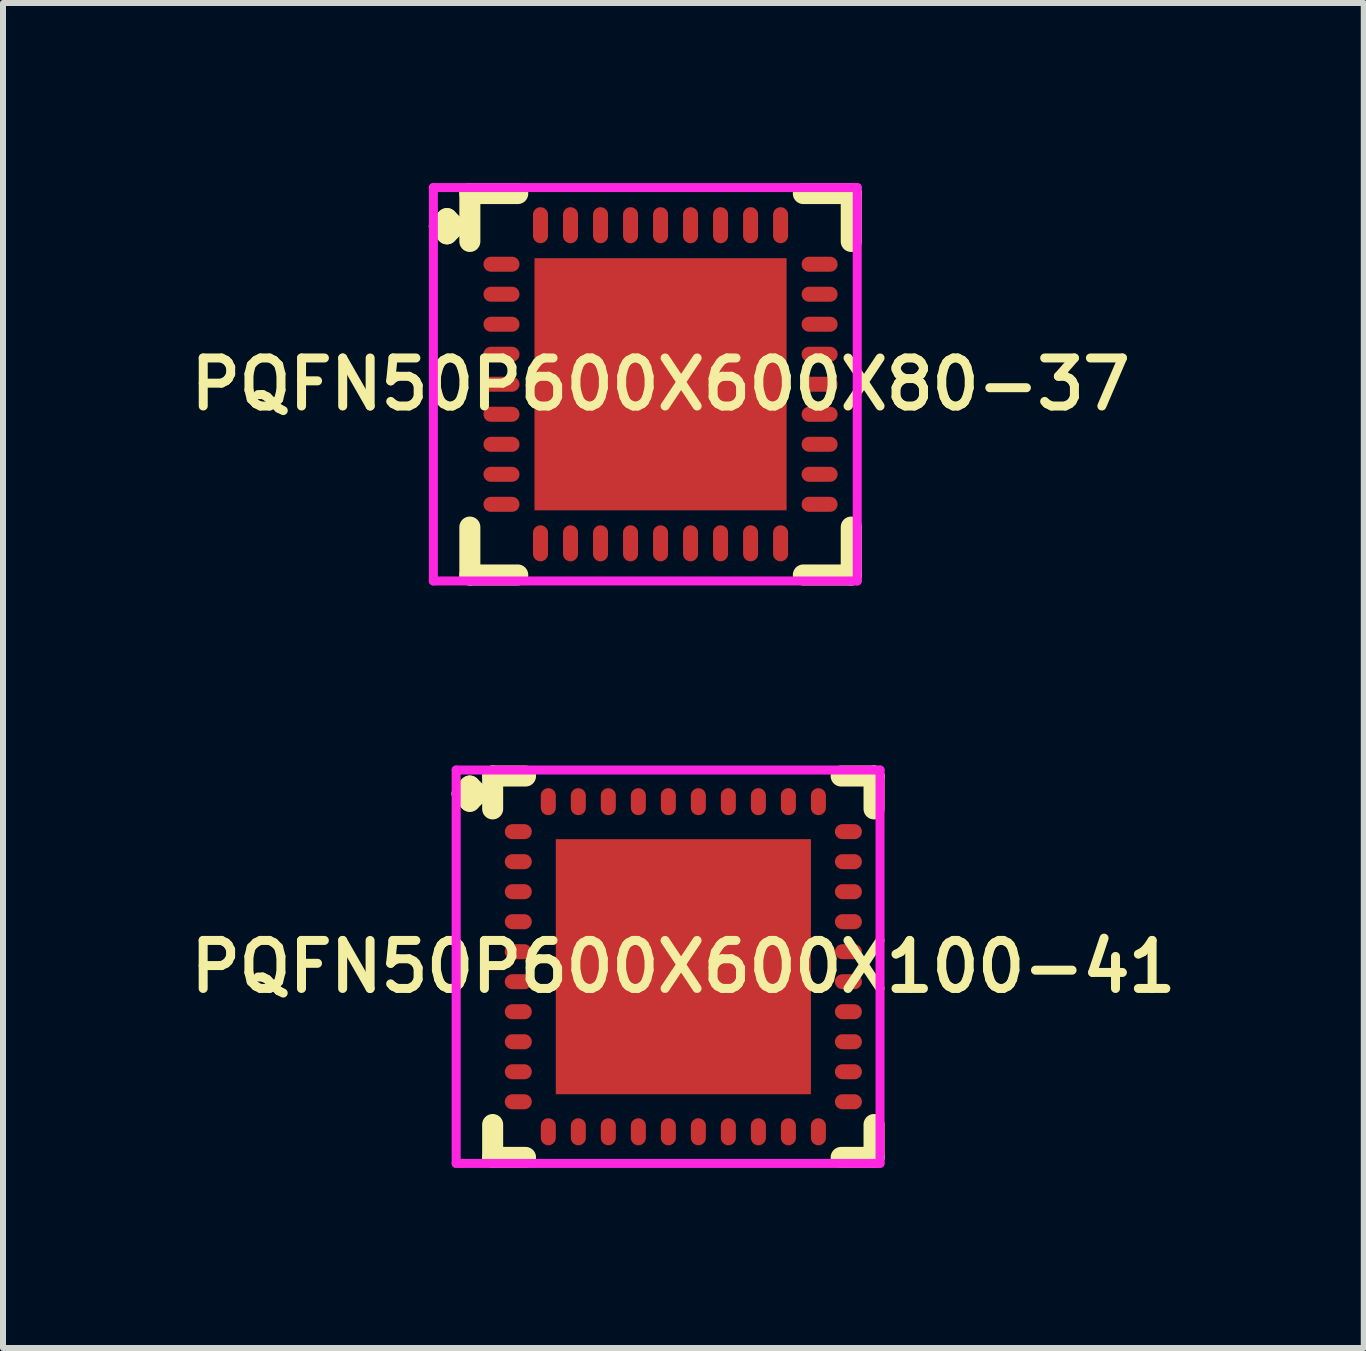
<source format=kicad_pcb>
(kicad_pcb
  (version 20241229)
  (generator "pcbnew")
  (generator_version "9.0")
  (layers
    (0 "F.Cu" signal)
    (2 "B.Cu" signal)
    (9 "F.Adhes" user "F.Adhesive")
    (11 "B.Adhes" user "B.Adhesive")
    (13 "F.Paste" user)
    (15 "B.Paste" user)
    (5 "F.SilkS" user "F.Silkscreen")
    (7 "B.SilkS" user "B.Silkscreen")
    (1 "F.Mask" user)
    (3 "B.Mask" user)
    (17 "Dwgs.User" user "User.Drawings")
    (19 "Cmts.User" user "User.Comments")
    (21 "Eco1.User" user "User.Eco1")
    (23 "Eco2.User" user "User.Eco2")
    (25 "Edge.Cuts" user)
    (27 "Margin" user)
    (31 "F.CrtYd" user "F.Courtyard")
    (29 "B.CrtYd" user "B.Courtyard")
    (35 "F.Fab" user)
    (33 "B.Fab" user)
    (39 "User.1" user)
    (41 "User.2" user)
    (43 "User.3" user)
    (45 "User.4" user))
  (footprint "PQFN50P600X600X80-37"
    (layer "F.Cu")
    (at 7.955 3.352)
    (property "Reference" "PQFN50P600X600X80-37" (at 0 0 0) (layer "F.SilkS") (effects (font (size 0.8 0.8) (thickness 0.15))))
    (attr smd)
    (fp_line (start -3.685 -2.633) (end -3.558 -2.76) (stroke (width 0.35) (type solid)) (layer "F.SilkS"))
    (fp_line (start -3.558 -2.76) (end -3.431 -2.633) (stroke (width 0.35) (type solid)) (layer "F.SilkS"))
    (fp_line (start -3.558 -2.506) (end -3.685 -2.633) (stroke (width 0.35) (type solid)) (layer "F.SilkS"))
    (fp_line (start -3.431 -2.633) (end -3.558 -2.506) (stroke (width 0.35) (type solid)) (layer "F.SilkS"))
    (fp_line (start -3.177 -3.177) (end -2.379 -3.177) (stroke (width 0.35) (type solid)) (layer "F.SilkS"))
    (fp_line (start -3.177 -2.379) (end -3.177 -3.177) (stroke (width 0.35) (type solid)) (layer "F.SilkS"))
    (fp_line (start -3.177 2.379) (end -3.177 3.177) (stroke (width 0.35) (type solid)) (layer "F.SilkS"))
    (fp_line (start -3.177 3.177) (end -2.379 3.177) (stroke (width 0.35) (type solid)) (layer "F.SilkS"))
    (fp_line (start 2.379 -3.177) (end 3.177 -3.177) (stroke (width 0.35) (type solid)) (layer "F.SilkS"))
    (fp_line (start 2.379 3.177) (end 3.177 3.177) (stroke (width 0.35) (type solid)) (layer "F.SilkS"))
    (fp_line (start 3.177 -3.177) (end 3.177 -2.379) (stroke (width 0.35) (type solid)) (layer "F.SilkS"))
    (fp_line (start 3.177 3.177) (end 3.177 2.379) (stroke (width 0.35) (type solid)) (layer "F.SilkS"))
    (fp_line (start -3.785 -3.277) (end 3.277 -3.277) (stroke (width 0.15) (type solid)) (layer "F.CrtYd"))
    (fp_line (start -3.785 3.277) (end -3.785 -3.277) (stroke (width 0.15) (type solid)) (layer "F.CrtYd"))
    (fp_line (start 3.277 -3.277) (end 3.277 3.277) (stroke (width 0.15) (type solid)) (layer "F.CrtYd"))
    (fp_line (start 3.277 3.277) (end -3.785 3.277) (stroke (width 0.15) (type solid)) (layer "F.CrtYd"))
    (pad "1" smd oval (at -2.65 -2) (size 0.6 0.25) (layers "F.Cu" "F.Mask" "F.Paste"))
    (pad "2" smd oval (at -2.65 -1.5) (size 0.6 0.25) (layers "F.Cu" "F.Mask" "F.Paste"))
    (pad "3" smd oval (at -2.65 -1) (size 0.6 0.25) (layers "F.Cu" "F.Mask" "F.Paste"))
    (pad "4" smd oval (at -2.65 -0.5) (size 0.6 0.25) (layers "F.Cu" "F.Mask" "F.Paste"))
    (pad "5" smd oval (at -2.65 0) (size 0.6 0.25) (layers "F.Cu" "F.Mask" "F.Paste"))
    (pad "6" smd oval (at -2.65 0.5) (size 0.6 0.25) (layers "F.Cu" "F.Mask" "F.Paste"))
    (pad "7" smd oval (at -2.65 1) (size 0.6 0.25) (layers "F.Cu" "F.Mask" "F.Paste"))
    (pad "8" smd oval (at -2.65 1.5) (size 0.6 0.25) (layers "F.Cu" "F.Mask" "F.Paste"))
    (pad "9" smd oval (at -2.65 2) (size 0.6 0.25) (layers "F.Cu" "F.Mask" "F.Paste"))
    (pad "10" smd oval (at -2 2.65) (size 0.25 0.6) (layers "F.Cu" "F.Mask" "F.Paste"))
    (pad "11" smd oval (at -1.5 2.65) (size 0.25 0.6) (layers "F.Cu" "F.Mask" "F.Paste"))
    (pad "12" smd oval (at -1 2.65) (size 0.25 0.6) (layers "F.Cu" "F.Mask" "F.Paste"))
    (pad "13" smd oval (at -0.5 2.65) (size 0.25 0.6) (layers "F.Cu" "F.Mask" "F.Paste"))
    (pad "14" smd oval (at 0 2.65) (size 0.25 0.6) (layers "F.Cu" "F.Mask" "F.Paste"))
    (pad "15" smd oval (at 0.5 2.65) (size 0.25 0.6) (layers "F.Cu" "F.Mask" "F.Paste"))
    (pad "16" smd oval (at 1 2.65) (size 0.25 0.6) (layers "F.Cu" "F.Mask" "F.Paste"))
    (pad "17" smd oval (at 1.5 2.65) (size 0.25 0.6) (layers "F.Cu" "F.Mask" "F.Paste"))
    (pad "18" smd oval (at 2 2.65) (size 0.25 0.6) (layers "F.Cu" "F.Mask" "F.Paste"))
    (pad "19" smd oval (at 2.65 2) (size 0.6 0.25) (layers "F.Cu" "F.Mask" "F.Paste"))
    (pad "20" smd oval (at 2.65 1.5) (size 0.6 0.25) (layers "F.Cu" "F.Mask" "F.Paste"))
    (pad "21" smd oval (at 2.65 1) (size 0.6 0.25) (layers "F.Cu" "F.Mask" "F.Paste"))
    (pad "22" smd oval (at 2.65 0.5) (size 0.6 0.25) (layers "F.Cu" "F.Mask" "F.Paste"))
    (pad "23" smd oval (at 2.65 0) (size 0.6 0.25) (layers "F.Cu" "F.Mask" "F.Paste"))
    (pad "24" smd oval (at 2.65 -0.5) (size 0.6 0.25) (layers "F.Cu" "F.Mask" "F.Paste"))
    (pad "25" smd oval (at 2.65 -1) (size 0.6 0.25) (layers "F.Cu" "F.Mask" "F.Paste"))
    (pad "26" smd oval (at 2.65 -1.5) (size 0.6 0.25) (layers "F.Cu" "F.Mask" "F.Paste"))
    (pad "27" smd oval (at 2.65 -2) (size 0.6 0.25) (layers "F.Cu" "F.Mask" "F.Paste"))
    (pad "28" smd oval (at 2 -2.65) (size 0.25 0.6) (layers "F.Cu" "F.Mask" "F.Paste"))
    (pad "29" smd oval (at 1.5 -2.65) (size 0.25 0.6) (layers "F.Cu" "F.Mask" "F.Paste"))
    (pad "30" smd oval (at 1 -2.65) (size 0.25 0.6) (layers "F.Cu" "F.Mask" "F.Paste"))
    (pad "31" smd oval (at 0.5 -2.65) (size 0.25 0.6) (layers "F.Cu" "F.Mask" "F.Paste"))
    (pad "32" smd oval (at 0 -2.65) (size 0.25 0.6) (layers "F.Cu" "F.Mask" "F.Paste"))
    (pad "33" smd oval (at -0.5 -2.65) (size 0.25 0.6) (layers "F.Cu" "F.Mask" "F.Paste"))
    (pad "34" smd oval (at -1 -2.65) (size 0.25 0.6) (layers "F.Cu" "F.Mask" "F.Paste"))
    (pad "35" smd oval (at -1.5 -2.65) (size 0.25 0.6) (layers "F.Cu" "F.Mask" "F.Paste"))
    (pad "36" smd oval (at -2 -2.65) (size 0.25 0.6) (layers "F.Cu" "F.Mask" "F.Paste"))
    (pad "37" smd rect (at 0 0) (size 4.2 4.2) (layers "F.Cu" "F.Mask" "F.Paste")))
  (footprint "PQFN50P600X600X100-41"
    (layer "F.Cu")
    (at 8.335 13.056)
    (property "Reference" "PQFN50P600X600X100-41" (at 0 0 0) (layer "F.SilkS") (effects (font (size 0.8 0.8) (thickness 0.15))))
    (attr smd)
    (fp_line (start -3.685 -2.883) (end -3.558 -3.01) (stroke (width 0.35) (type solid)) (layer "F.SilkS"))
    (fp_line (start -3.558 -3.01) (end -3.431 -2.883) (stroke (width 0.35) (type solid)) (layer "F.SilkS"))
    (fp_line (start -3.558 -2.756) (end -3.685 -2.883) (stroke (width 0.35) (type solid)) (layer "F.SilkS"))
    (fp_line (start -3.431 -2.883) (end -3.558 -2.756) (stroke (width 0.35) (type solid)) (layer "F.SilkS"))
    (fp_line (start -3.177 -3.177) (end -2.629 -3.177) (stroke (width 0.35) (type solid)) (layer "F.SilkS"))
    (fp_line (start -3.177 -2.629) (end -3.177 -3.177) (stroke (width 0.35) (type solid)) (layer "F.SilkS"))
    (fp_line (start -3.177 2.629) (end -3.177 3.177) (stroke (width 0.35) (type solid)) (layer "F.SilkS"))
    (fp_line (start -3.177 3.177) (end -2.629 3.177) (stroke (width 0.35) (type solid)) (layer "F.SilkS"))
    (fp_line (start 2.629 -3.177) (end 3.177 -3.177) (stroke (width 0.35) (type solid)) (layer "F.SilkS"))
    (fp_line (start 2.629 3.177) (end 3.177 3.177) (stroke (width 0.35) (type solid)) (layer "F.SilkS"))
    (fp_line (start 3.177 -3.177) (end 3.177 -2.629) (stroke (width 0.35) (type solid)) (layer "F.SilkS"))
    (fp_line (start 3.177 3.177) (end 3.177 2.629) (stroke (width 0.35) (type solid)) (layer "F.SilkS"))
    (fp_line (start -3.785 -3.277) (end 3.277 -3.277) (stroke (width 0.15) (type solid)) (layer "F.CrtYd"))
    (fp_line (start -3.785 3.277) (end -3.785 -3.277) (stroke (width 0.15) (type solid)) (layer "F.CrtYd"))
    (fp_line (start 3.277 -3.277) (end 3.277 3.277) (stroke (width 0.15) (type solid)) (layer "F.CrtYd"))
    (fp_line (start 3.277 3.277) (end -3.785 3.277) (stroke (width 0.15) (type solid)) (layer "F.CrtYd"))
    (pad "1" smd oval (at -2.75 -2.25) (size 0.45 0.25) (layers "F.Cu" "F.Mask" "F.Paste"))
    (pad "2" smd oval (at -2.75 -1.75) (size 0.45 0.25) (layers "F.Cu" "F.Mask" "F.Paste"))
    (pad "3" smd oval (at -2.75 -1.25) (size 0.45 0.25) (layers "F.Cu" "F.Mask" "F.Paste"))
    (pad "4" smd oval (at -2.75 -0.75) (size 0.45 0.25) (layers "F.Cu" "F.Mask" "F.Paste"))
    (pad "5" smd oval (at -2.75 -0.25) (size 0.45 0.25) (layers "F.Cu" "F.Mask" "F.Paste"))
    (pad "6" smd oval (at -2.75 0.25) (size 0.45 0.25) (layers "F.Cu" "F.Mask" "F.Paste"))
    (pad "7" smd oval (at -2.75 0.75) (size 0.45 0.25) (layers "F.Cu" "F.Mask" "F.Paste"))
    (pad "8" smd oval (at -2.75 1.25) (size 0.45 0.25) (layers "F.Cu" "F.Mask" "F.Paste"))
    (pad "9" smd oval (at -2.75 1.75) (size 0.45 0.25) (layers "F.Cu" "F.Mask" "F.Paste"))
    (pad "10" smd oval (at -2.75 2.25) (size 0.45 0.25) (layers "F.Cu" "F.Mask" "F.Paste"))
    (pad "11" smd oval (at -2.25 2.75) (size 0.25 0.45) (layers "F.Cu" "F.Mask" "F.Paste"))
    (pad "12" smd oval (at -1.75 2.75) (size 0.25 0.45) (layers "F.Cu" "F.Mask" "F.Paste"))
    (pad "13" smd oval (at -1.25 2.75) (size 0.25 0.45) (layers "F.Cu" "F.Mask" "F.Paste"))
    (pad "14" smd oval (at -0.75 2.75) (size 0.25 0.45) (layers "F.Cu" "F.Mask" "F.Paste"))
    (pad "15" smd oval (at -0.25 2.75) (size 0.25 0.45) (layers "F.Cu" "F.Mask" "F.Paste"))
    (pad "16" smd oval (at 0.25 2.75) (size 0.25 0.45) (layers "F.Cu" "F.Mask" "F.Paste"))
    (pad "17" smd oval (at 0.75 2.75) (size 0.25 0.45) (layers "F.Cu" "F.Mask" "F.Paste"))
    (pad "18" smd oval (at 1.25 2.75) (size 0.25 0.45) (layers "F.Cu" "F.Mask" "F.Paste"))
    (pad "19" smd oval (at 1.75 2.75) (size 0.25 0.45) (layers "F.Cu" "F.Mask" "F.Paste"))
    (pad "20" smd oval (at 2.25 2.75) (size 0.25 0.45) (layers "F.Cu" "F.Mask" "F.Paste"))
    (pad "21" smd oval (at 2.75 2.25) (size 0.45 0.25) (layers "F.Cu" "F.Mask" "F.Paste"))
    (pad "22" smd oval (at 2.75 1.75) (size 0.45 0.25) (layers "F.Cu" "F.Mask" "F.Paste"))
    (pad "23" smd oval (at 2.75 1.25) (size 0.45 0.25) (layers "F.Cu" "F.Mask" "F.Paste"))
    (pad "24" smd oval (at 2.75 0.75) (size 0.45 0.25) (layers "F.Cu" "F.Mask" "F.Paste"))
    (pad "25" smd oval (at 2.75 0.25) (size 0.45 0.25) (layers "F.Cu" "F.Mask" "F.Paste"))
    (pad "26" smd oval (at 2.75 -0.25) (size 0.45 0.25) (layers "F.Cu" "F.Mask" "F.Paste"))
    (pad "27" smd oval (at 2.75 -0.75) (size 0.45 0.25) (layers "F.Cu" "F.Mask" "F.Paste"))
    (pad "28" smd oval (at 2.75 -1.25) (size 0.45 0.25) (layers "F.Cu" "F.Mask" "F.Paste"))
    (pad "29" smd oval (at 2.75 -1.75) (size 0.45 0.25) (layers "F.Cu" "F.Mask" "F.Paste"))
    (pad "30" smd oval (at 2.75 -2.25) (size 0.45 0.25) (layers "F.Cu" "F.Mask" "F.Paste"))
    (pad "31" smd oval (at 2.25 -2.75) (size 0.25 0.45) (layers "F.Cu" "F.Mask" "F.Paste"))
    (pad "32" smd oval (at 1.75 -2.75) (size 0.25 0.45) (layers "F.Cu" "F.Mask" "F.Paste"))
    (pad "33" smd oval (at 1.25 -2.75) (size 0.25 0.45) (layers "F.Cu" "F.Mask" "F.Paste"))
    (pad "34" smd oval (at 0.75 -2.75) (size 0.25 0.45) (layers "F.Cu" "F.Mask" "F.Paste"))
    (pad "35" smd oval (at 0.25 -2.75) (size 0.25 0.45) (layers "F.Cu" "F.Mask" "F.Paste"))
    (pad "36" smd oval (at -0.25 -2.75) (size 0.25 0.45) (layers "F.Cu" "F.Mask" "F.Paste"))
    (pad "37" smd oval (at -0.75 -2.75) (size 0.25 0.45) (layers "F.Cu" "F.Mask" "F.Paste"))
    (pad "38" smd oval (at -1.25 -2.75) (size 0.25 0.45) (layers "F.Cu" "F.Mask" "F.Paste"))
    (pad "39" smd oval (at -1.75 -2.75) (size 0.25 0.45) (layers "F.Cu" "F.Mask" "F.Paste"))
    (pad "40" smd oval (at -2.25 -2.75) (size 0.25 0.45) (layers "F.Cu" "F.Mask" "F.Paste"))
    (pad "41" smd rect (at 0 0) (size 4.25 4.25) (layers "F.Cu" "F.Mask" "F.Paste")))
  (gr_rect
    (start -3 -3)
    (end 19.671 19.408)
    (stroke (width 0.1) (type default))
    (fill no)
    (layer "Edge.Cuts")))
</source>
